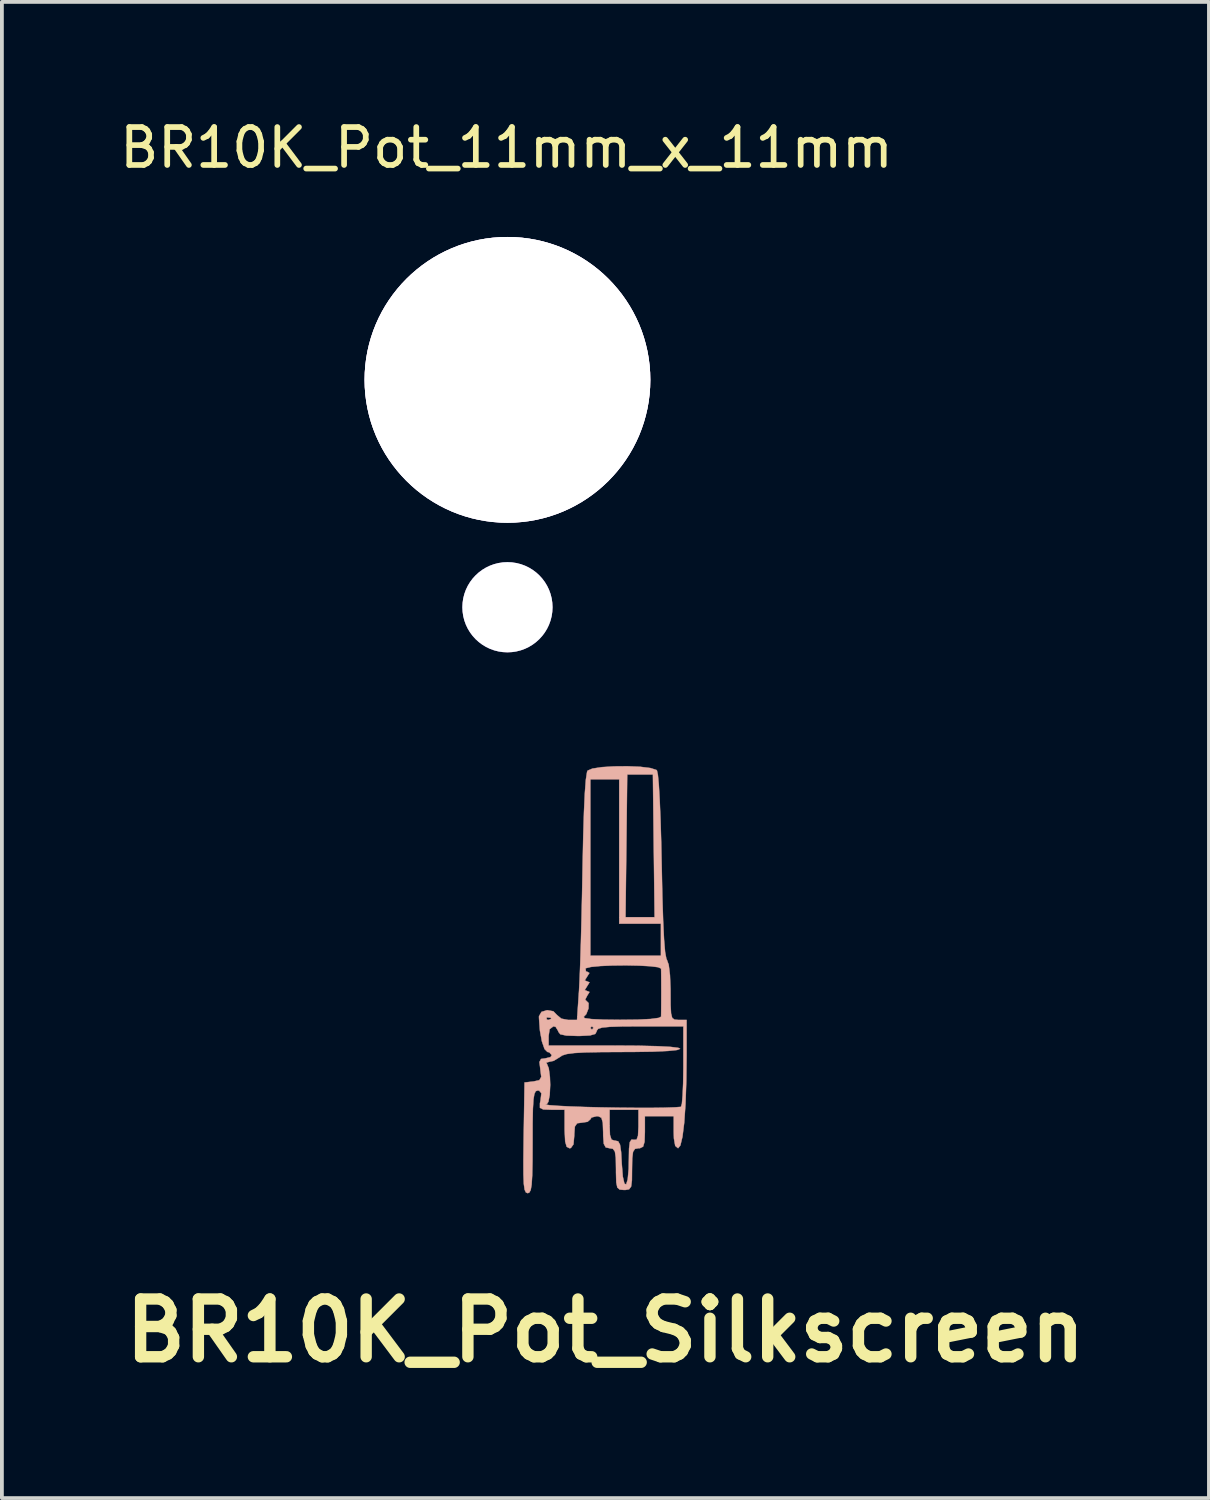
<source format=kicad_pcb>
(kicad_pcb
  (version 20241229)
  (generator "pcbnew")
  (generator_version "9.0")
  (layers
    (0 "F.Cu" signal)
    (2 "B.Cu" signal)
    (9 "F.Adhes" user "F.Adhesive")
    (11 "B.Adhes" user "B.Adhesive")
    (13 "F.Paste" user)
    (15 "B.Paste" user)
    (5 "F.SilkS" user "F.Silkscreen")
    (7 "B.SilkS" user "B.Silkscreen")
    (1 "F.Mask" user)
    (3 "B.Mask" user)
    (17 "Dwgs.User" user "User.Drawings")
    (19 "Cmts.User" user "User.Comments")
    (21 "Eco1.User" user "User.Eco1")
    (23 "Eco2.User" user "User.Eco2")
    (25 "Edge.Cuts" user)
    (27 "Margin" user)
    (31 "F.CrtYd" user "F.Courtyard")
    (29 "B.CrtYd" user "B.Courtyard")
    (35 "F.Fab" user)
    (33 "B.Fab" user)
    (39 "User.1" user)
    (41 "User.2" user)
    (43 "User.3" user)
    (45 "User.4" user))
  (footprint "BR10K_Pot_11mm_x_11mm"
    (layer "F.Cu")
    (at 10.34 6.973)
    (property "Reference" "BR10K_Pot_11mm_x_11mm" (at -0.025 -6.125 0) (layer "F.SilkS") (effects (font (size 1 1) (thickness 0.15))))
    (attr through_hole)
    (pad "" np_thru_hole circle (at 0 0) (size 7.541 7.541) (drill 7.54) (layers "*.Mask" "F.Cu"))
    (pad "" np_thru_hole circle (at 0 0) (size 7.541 7.541) (drill 7.54) (layers "*.Mask" "B.Cu"))
    (pad "" np_thru_hole circle (at 0 6) (size 2.381 2.381) (drill 2.38) (layers "*.Cu" "*.Mask")))
  (footprint "BR10K_Pot_Silkscreen"
    (layer "F.Cu")
    (at 12.95 22.761)
    (property "Reference" "BR10K_Pot_Silkscreen" (at -0.025 9.3 0) (layer "F.SilkS") (effects (font (size 1.524 1.524) (thickness 0.3))))
    (attr through_hole)
    (fp_poly (pts (xy 0.894 -5.578) (xy 1.162 -5.545) (xy 1.319 -5.495) (xy 1.334 -5.482) (xy 1.359 -5.369) (xy 1.384 -5.104) (xy 1.407 -4.707) (xy 1.429 -4.194) (xy 1.447 -3.584) (xy 1.46 -2.979) (xy 1.477 -2.161) (xy 1.498 -1.509) (xy 1.522 -1.019) (xy 1.55 -0.688) (xy 1.583 -0.513) (xy 1.597 -0.486) (xy 1.645 -0.353) (xy 1.678 -0.084) (xy 1.693 0.285) (xy 1.693 0.356) (xy 1.695 0.711) (xy 1.707 0.931) (xy 1.737 1.047) (xy 1.797 1.093) (xy 1.894 1.101) (xy 1.905 1.101) (xy 2.117 1.101) (xy 2.117 2.019) (xy 2.109 2.716) (xy 2.088 3.319) (xy 2.054 3.813) (xy 2.008 4.182) (xy 1.953 4.412) (xy 1.892 4.487) (xy 1.817 4.425) (xy 1.782 4.225) (xy 1.778 4.064) (xy 1.778 3.641) (xy 1.016 3.641) (xy 1.016 4.064) (xy 1.007 4.318) (xy 0.969 4.445) (xy 0.886 4.486) (xy 0.847 4.487) (xy 0.755 4.504) (xy 0.704 4.581) (xy 0.682 4.754) (xy 0.677 5.038) (xy 0.674 5.334) (xy 0.653 5.498) (xy 0.6 5.57) (xy 0.5 5.588) (xy 0.466 5.588) (xy 0.352 5.578) (xy 0.289 5.524) (xy 0.261 5.386) (xy 0.254 5.128) (xy 0.254 5.038) (xy 0.249 4.74) (xy 0.225 4.574) (xy 0.172 4.502) (xy 0.085 4.487) (xy -0.017 4.465) (xy -0.068 4.37) (xy -0.084 4.162) (xy -0.085 4.064) (xy -0.094 3.81) (xy -0.131 3.683) (xy -0.215 3.642) (xy -0.254 3.641) (xy -0.392 3.676) (xy -0.423 3.725) (xy -0.496 3.789) (xy -0.635 3.81) (xy -0.771 3.828) (xy -0.832 3.916) (xy -0.847 4.119) (xy -0.847 4.149) (xy -0.868 4.384) (xy -0.937 4.481) (xy -0.974 4.487) (xy -1.047 4.448) (xy -1.087 4.31) (xy -1.1 4.041) (xy -1.101 3.979) (xy -1.101 3.471) (xy 0.085 3.471) (xy 0.085 3.885) (xy 0.095 4.137) (xy 0.135 4.259) (xy 0.22 4.288) (xy 0.233 4.287) (xy 0.311 4.304) (xy 0.36 4.392) (xy 0.389 4.585) (xy 0.406 4.892) (xy 0.434 5.237) (xy 0.476 5.419) (xy 0.522 5.442) (xy 0.563 5.31) (xy 0.589 5.026) (xy 0.593 4.812) (xy 0.598 4.498) (xy 0.62 4.324) (xy 0.665 4.258) (xy 0.72 4.264) (xy 0.797 4.262) (xy 0.835 4.157) (xy 0.847 3.919) (xy 0.847 3.892) (xy 0.847 3.471) (xy 0.085 3.471) (xy -1.101 3.471) (xy -1.446 3.471) (xy -1.664 3.464) (xy -1.753 3.42) (xy -1.753 3.333) (xy -1.607 3.333) (xy -1.503 3.351) (xy -1.28 3.368) (xy -0.962 3.384) (xy -0.574 3.398) (xy -0.142 3.409) (xy 0.31 3.417) (xy 0.756 3.421) (xy 1.172 3.422) (xy 1.534 3.417) (xy 1.815 3.407) (xy 1.968 3.395) (xy 1.993 3.312) (xy 2.012 3.093) (xy 2.026 2.769) (xy 2.032 2.373) (xy 2.032 2.328) (xy 2.032 1.27) (xy 0.889 1.27) (xy 0.421 1.273) (xy 0.097 1.283) (xy -0.107 1.302) (xy -0.215 1.335) (xy -0.253 1.383) (xy -0.254 1.397) (xy -0.293 1.471) (xy -0.431 1.51) (xy -0.701 1.524) (xy -0.762 1.524) (xy -1.057 1.514) (xy -1.215 1.48) (xy -1.269 1.412) (xy -1.27 1.397) (xy -1.321 1.312) (xy -0.423 1.312) (xy -0.381 1.355) (xy -0.339 1.312) (xy -0.381 1.27) (xy -0.423 1.312) (xy -1.321 1.312) (xy -1.338 1.285) (xy -1.397 1.27) (xy -1.498 1.346) (xy -1.524 1.524) (xy -1.524 1.778) (xy 0.212 1.778) (xy 0.844 1.782) (xy 1.343 1.794) (xy 1.698 1.813) (xy 1.901 1.839) (xy 1.947 1.863) (xy 1.865 1.895) (xy 1.624 1.92) (xy 1.237 1.938) (xy 0.715 1.946) (xy 0.429 1.947) (xy -0.135 1.95) (xy -0.554 1.958) (xy -0.85 1.975) (xy -1.045 2.001) (xy -1.164 2.038) (xy -1.216 2.074) (xy -1.391 2.181) (xy -1.497 2.203) (xy -1.587 2.229) (xy -1.566 2.266) (xy -1.52 2.379) (xy -1.49 2.605) (xy -1.482 2.815) (xy -1.495 3.079) (xy -1.53 3.261) (xy -1.566 3.315) (xy -1.607 3.333) (xy -1.753 3.333) (xy -1.753 3.302) (xy -1.736 3.217) (xy -1.715 3.035) (xy -1.773 2.967) (xy -1.814 2.963) (xy -1.864 2.982) (xy -1.9 3.054) (xy -1.924 3.203) (xy -1.939 3.452) (xy -1.946 3.824) (xy -1.947 4.318) (xy -1.949 4.832) (xy -1.957 5.201) (xy -1.972 5.446) (xy -1.997 5.591) (xy -2.035 5.658) (xy -2.076 5.673) (xy -2.123 5.653) (xy -2.157 5.58) (xy -2.178 5.43) (xy -2.188 5.181) (xy -2.189 4.811) (xy -2.183 4.297) (xy -2.182 4.212) (xy -2.159 2.752) (xy -1.923 2.725) (xy -1.768 2.691) (xy -1.718 2.605) (xy -1.742 2.411) (xy -1.742 2.407) (xy -1.766 2.212) (xy -1.724 2.131) (xy -1.618 2.117) (xy -1.475 2.083) (xy -1.439 2.032) (xy -1.507 1.955) (xy -1.555 1.947) (xy -1.631 1.87) (xy -1.701 1.668) (xy -1.753 1.384) (xy -1.777 1.064) (xy -1.778 1.044) (xy -1.58 1.044) (xy -1.569 1.095) (xy -1.524 1.101) (xy -1.454 1.07) (xy -1.468 1.044) (xy -1.568 1.034) (xy -1.58 1.044) (xy -1.778 1.044) (xy -1.778 1.004) (xy -1.712 0.889) (xy -1.562 0.844) (xy -1.4 0.873) (xy -1.301 0.974) (xy -1.187 1.068) (xy -1.013 1.101) (xy -0.774 1.101) (xy -0.769 1.021) (xy -0.599 1.021) (xy -0.574 1.054) (xy -0.392 1.079) (xy -0.062 1.094) (xy 0.36 1.099) (xy 0.823 1.094) (xy 1.171 1.076) (xy 1.383 1.047) (xy 1.444 1.016) (xy 1.446 0.892) (xy 1.448 0.653) (xy 1.449 0.381) (xy 1.448 0.084) (xy 1.446 -0.147) (xy 1.444 -0.254) (xy 1.364 -0.29) (xy 1.155 -0.316) (xy 0.858 -0.332) (xy 0.513 -0.339) (xy 0.16 -0.335) (xy -0.16 -0.321) (xy -0.406 -0.297) (xy -0.54 -0.264) (xy -0.55 -0.254) (xy -0.538 -0.176) (xy -0.503 -0.169) (xy -0.448 -0.137) (xy -0.508 -0.042) (xy -0.571 0.059) (xy -0.508 0.085) (xy -0.508 0.085) (xy -0.445 0.11) (xy -0.508 0.211) (xy -0.508 0.212) (xy -0.571 0.313) (xy -0.508 0.339) (xy -0.508 0.339) (xy -0.445 0.364) (xy -0.508 0.465) (xy -0.508 0.466) (xy -0.56 0.568) (xy -0.533 0.593) (xy -0.469 0.656) (xy -0.472 0.799) (xy -0.531 0.95) (xy -0.599 1.021) (xy -0.769 1.021) (xy -0.721 0.318) (xy -0.706 0.024) (xy -0.689 -0.409) (xy -0.672 -0.948) (xy -0.656 -1.564) (xy -0.641 -2.225) (xy -0.628 -2.899) (xy -0.628 -2.915) (xy -0.611 -3.724) (xy -0.591 -4.387) (xy -0.567 -4.898) (xy -0.54 -5.249) (xy -0.423 -5.249) (xy -0.423 -0.593) (xy 1.439 -0.593) (xy 1.439 -1.439) (xy 0.339 -1.439) (xy 0.339 -1.609) (xy 0.505 -1.609) (xy 1.273 -1.609) (xy 1.25 -3.493) (xy 1.228 -5.376) (xy 0.55 -5.376) (xy 0.528 -3.493) (xy 0.505 -1.609) (xy 0.339 -1.609) (xy 0.339 -5.249) (xy -0.423 -5.249) (xy -0.54 -5.249) (xy -0.539 -5.253) (xy -0.509 -5.445) (xy -0.495 -5.477) (xy -0.367 -5.531) (xy -0.117 -5.569) (xy 0.208 -5.589) (xy 0.56 -5.592) (xy 0.894 -5.578)) (stroke (width 0.01) (type solid)) (fill yes) (layer "B.SilkS")))
  (gr_rect
    (start -3 -3)
    (end 28.85 36.479)
    (stroke (width 0.1) (type default))
    (fill no)
    (layer "Edge.Cuts")))
</source>
